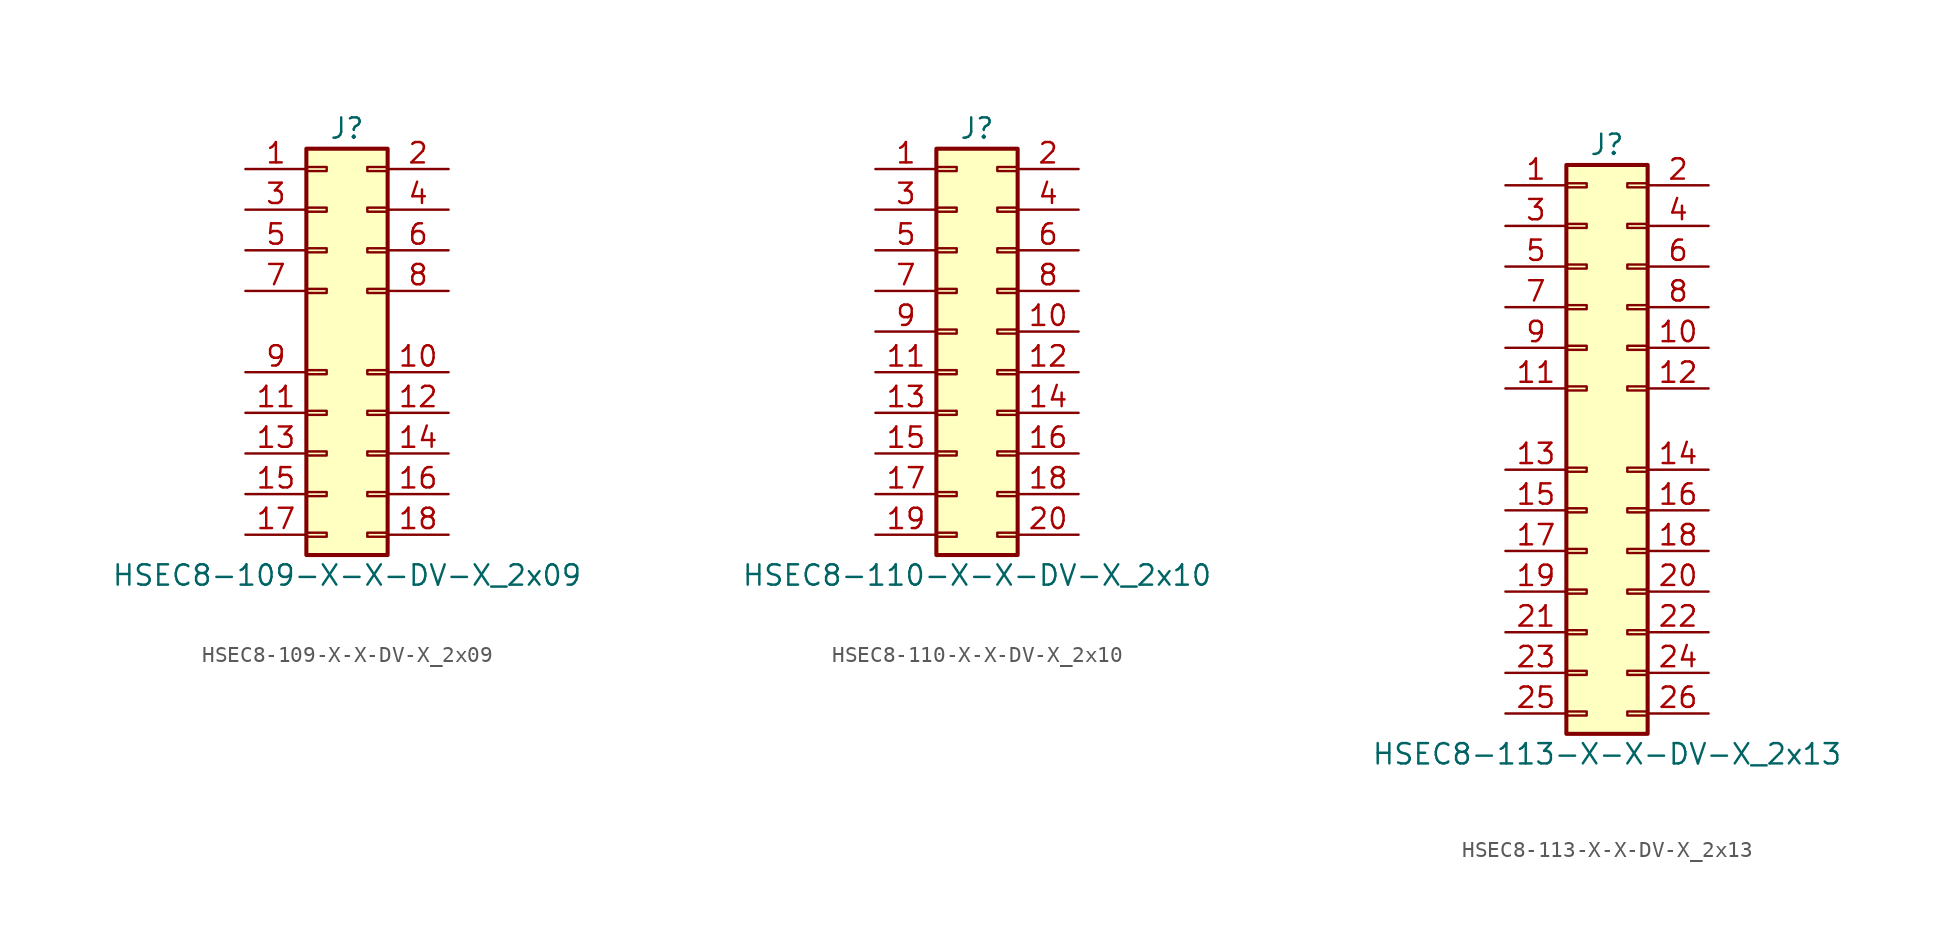
<source format=kicad_sym>
(kicad_symbol_lib
  (version 20231120)
  (generator "kicad_symbol_editor")
  (generator_version "8.0")
  (symbol "HSEC8-109-X-X-DV-X_2x09"
    (pin_names
      (offset 1.016) hide)
    (property "Reference" "J"
      (at 1.27 12.7 0)
      (effects (font (size 1.27 1.27))))
    (property "Value" "HSEC8-109-X-X-DV-X_2x09"
      (at 1.27 -15.24 0)
      (effects (font (size 1.27 1.27))))
    (property "ki_locked" ""
      (at 0 0 0)
      (effects (font (size 1.27 1.27))))
    (symbol "HSEC8-109-X-X-DV-X_2x09_1_1"
      (rectangle (start -1.27 -12.573) (end 0 -12.827) (stroke (width 0.152) (type default)) (fill (type none)))
      (rectangle (start -1.27 -10.033) (end 0 -10.287) (stroke (width 0.152) (type default)) (fill (type none)))
      (rectangle (start -1.27 -7.493) (end 0 -7.747) (stroke (width 0.152) (type default)) (fill (type none)))
      (rectangle (start -1.27 -4.953) (end 0 -5.207) (stroke (width 0.152) (type default)) (fill (type none)))
      (rectangle (start -1.27 -2.413) (end 0 -2.667) (stroke (width 0.152) (type default)) (fill (type none)))
      (rectangle (start -1.27 2.667) (end 0 2.413) (stroke (width 0.152) (type default)) (fill (type none)))
      (rectangle (start -1.27 5.207) (end 0 4.953) (stroke (width 0.152) (type default)) (fill (type none)))
      (rectangle (start -1.27 7.747) (end 0 7.493) (stroke (width 0.152) (type default)) (fill (type none)))
      (rectangle (start -1.27 10.287) (end 0 10.033) (stroke (width 0.152) (type default)) (fill (type none)))
      (rectangle (start -1.27 11.43) (end 3.81 -13.97) (stroke (width 0.254) (type default)) (fill (type background)))
      (rectangle (start 3.81 -12.573) (end 2.54 -12.827) (stroke (width 0.152) (type default)) (fill (type none)))
      (rectangle (start 3.81 -10.033) (end 2.54 -10.287) (stroke (width 0.152) (type default)) (fill (type none)))
      (rectangle (start 3.81 -7.493) (end 2.54 -7.747) (stroke (width 0.152) (type default)) (fill (type none)))
      (rectangle (start 3.81 -4.953) (end 2.54 -5.207) (stroke (width 0.152) (type default)) (fill (type none)))
      (rectangle (start 3.81 -2.413) (end 2.54 -2.667) (stroke (width 0.152) (type default)) (fill (type none)))
      (rectangle (start 3.81 2.667) (end 2.54 2.413) (stroke (width 0.152) (type default)) (fill (type none)))
      (rectangle (start 3.81 5.207) (end 2.54 4.953) (stroke (width 0.152) (type default)) (fill (type none)))
      (rectangle (start 3.81 7.747) (end 2.54 7.493) (stroke (width 0.152) (type default)) (fill (type none)))
      (rectangle (start 3.81 10.287) (end 2.54 10.033) (stroke (width 0.152) (type default)) (fill (type none)))
      (pin passive line (at -5.08 10.16 0) (length 3.81) (name "Pin_1" (effects (font (size 1.27 1.27)))) (number "1" (effects (font (size 1.27 1.27)))))
      (pin passive line (at 7.62 -2.54 180) (length 3.81) (name "Pin_10" (effects (font (size 1.27 1.27)))) (number "10" (effects (font (size 1.27 1.27)))))
      (pin passive line (at -5.08 -5.08 0) (length 3.81) (name "Pin_11" (effects (font (size 1.27 1.27)))) (number "11" (effects (font (size 1.27 1.27)))))
      (pin passive line (at 7.62 -5.08 180) (length 3.81) (name "Pin_12" (effects (font (size 1.27 1.27)))) (number "12" (effects (font (size 1.27 1.27)))))
      (pin passive line (at -5.08 -7.62 0) (length 3.81) (name "Pin_13" (effects (font (size 1.27 1.27)))) (number "13" (effects (font (size 1.27 1.27)))))
      (pin passive line (at 7.62 -7.62 180) (length 3.81) (name "Pin_14" (effects (font (size 1.27 1.27)))) (number "14" (effects (font (size 1.27 1.27)))))
      (pin passive line (at -5.08 -10.16 0) (length 3.81) (name "Pin_15" (effects (font (size 1.27 1.27)))) (number "15" (effects (font (size 1.27 1.27)))))
      (pin passive line (at 7.62 -10.16 180) (length 3.81) (name "Pin_16" (effects (font (size 1.27 1.27)))) (number "16" (effects (font (size 1.27 1.27)))))
      (pin passive line (at -5.08 -12.7 0) (length 3.81) (name "Pin_17" (effects (font (size 1.27 1.27)))) (number "17" (effects (font (size 1.27 1.27)))))
      (pin passive line (at 7.62 -12.7 180) (length 3.81) (name "Pin_18" (effects (font (size 1.27 1.27)))) (number "18" (effects (font (size 1.27 1.27)))))
      (pin passive line (at 7.62 10.16 180) (length 3.81) (name "Pin_2" (effects (font (size 1.27 1.27)))) (number "2" (effects (font (size 1.27 1.27)))))
      (pin passive line (at -5.08 7.62 0) (length 3.81) (name "Pin_3" (effects (font (size 1.27 1.27)))) (number "3" (effects (font (size 1.27 1.27)))))
      (pin passive line (at 7.62 7.62 180) (length 3.81) (name "Pin_4" (effects (font (size 1.27 1.27)))) (number "4" (effects (font (size 1.27 1.27)))))
      (pin passive line (at -5.08 5.08 0) (length 3.81) (name "Pin_5" (effects (font (size 1.27 1.27)))) (number "5" (effects (font (size 1.27 1.27)))))
      (pin passive line (at 7.62 5.08 180) (length 3.81) (name "Pin_6" (effects (font (size 1.27 1.27)))) (number "6" (effects (font (size 1.27 1.27)))))
      (pin passive line (at -5.08 2.54 0) (length 3.81) (name "Pin_7" (effects (font (size 1.27 1.27)))) (number "7" (effects (font (size 1.27 1.27)))))
      (pin passive line (at 7.62 2.54 180) (length 3.81) (name "Pin_8" (effects (font (size 1.27 1.27)))) (number "8" (effects (font (size 1.27 1.27)))))
      (pin passive line (at -5.08 -2.54 0) (length 3.81) (name "Pin_9" (effects (font (size 1.27 1.27)))) (number "9" (effects (font (size 1.27 1.27)))))))
  (symbol "HSEC8-110-X-X-DV-X_2x10"
    (pin_names
      (offset 1.016) hide)
    (property "Reference" "J"
      (at 1.27 12.7 0)
      (effects (font (size 1.27 1.27))))
    (property "Value" "HSEC8-110-X-X-DV-X_2x10"
      (at 1.27 -15.24 0)
      (effects (font (size 1.27 1.27))))
    (property "ki_locked" ""
      (at 0 0 0)
      (effects (font (size 1.27 1.27))))
    (symbol "HSEC8-110-X-X-DV-X_2x10_1_1"
      (rectangle (start -1.27 -12.573) (end 0 -12.827) (stroke (width 0.152) (type default)) (fill (type none)))
      (rectangle (start -1.27 -10.033) (end 0 -10.287) (stroke (width 0.152) (type default)) (fill (type none)))
      (rectangle (start -1.27 -7.493) (end 0 -7.747) (stroke (width 0.152) (type default)) (fill (type none)))
      (rectangle (start -1.27 -4.953) (end 0 -5.207) (stroke (width 0.152) (type default)) (fill (type none)))
      (rectangle (start -1.27 -2.413) (end 0 -2.667) (stroke (width 0.152) (type default)) (fill (type none)))
      (rectangle (start -1.27 0.127) (end 0 -0.127) (stroke (width 0.152) (type default)) (fill (type none)))
      (rectangle (start -1.27 2.667) (end 0 2.413) (stroke (width 0.152) (type default)) (fill (type none)))
      (rectangle (start -1.27 5.207) (end 0 4.953) (stroke (width 0.152) (type default)) (fill (type none)))
      (rectangle (start -1.27 7.747) (end 0 7.493) (stroke (width 0.152) (type default)) (fill (type none)))
      (rectangle (start -1.27 10.287) (end 0 10.033) (stroke (width 0.152) (type default)) (fill (type none)))
      (rectangle (start -1.27 11.43) (end 3.81 -13.97) (stroke (width 0.254) (type default)) (fill (type background)))
      (rectangle (start 3.81 -12.573) (end 2.54 -12.827) (stroke (width 0.152) (type default)) (fill (type none)))
      (rectangle (start 3.81 -10.033) (end 2.54 -10.287) (stroke (width 0.152) (type default)) (fill (type none)))
      (rectangle (start 3.81 -7.493) (end 2.54 -7.747) (stroke (width 0.152) (type default)) (fill (type none)))
      (rectangle (start 3.81 -4.953) (end 2.54 -5.207) (stroke (width 0.152) (type default)) (fill (type none)))
      (rectangle (start 3.81 -2.413) (end 2.54 -2.667) (stroke (width 0.152) (type default)) (fill (type none)))
      (rectangle (start 3.81 0.127) (end 2.54 -0.127) (stroke (width 0.152) (type default)) (fill (type none)))
      (rectangle (start 3.81 2.667) (end 2.54 2.413) (stroke (width 0.152) (type default)) (fill (type none)))
      (rectangle (start 3.81 5.207) (end 2.54 4.953) (stroke (width 0.152) (type default)) (fill (type none)))
      (rectangle (start 3.81 7.747) (end 2.54 7.493) (stroke (width 0.152) (type default)) (fill (type none)))
      (rectangle (start 3.81 10.287) (end 2.54 10.033) (stroke (width 0.152) (type default)) (fill (type none)))
      (pin passive line (at -5.08 10.16 0) (length 3.81) (name "Pin_1" (effects (font (size 1.27 1.27)))) (number "1" (effects (font (size 1.27 1.27)))))
      (pin passive line (at 7.62 0 180) (length 3.81) (name "Pin_10" (effects (font (size 1.27 1.27)))) (number "10" (effects (font (size 1.27 1.27)))))
      (pin passive line (at -5.08 -2.54 0) (length 3.81) (name "Pin_11" (effects (font (size 1.27 1.27)))) (number "11" (effects (font (size 1.27 1.27)))))
      (pin passive line (at 7.62 -2.54 180) (length 3.81) (name "Pin_12" (effects (font (size 1.27 1.27)))) (number "12" (effects (font (size 1.27 1.27)))))
      (pin passive line (at -5.08 -5.08 0) (length 3.81) (name "Pin_13" (effects (font (size 1.27 1.27)))) (number "13" (effects (font (size 1.27 1.27)))))
      (pin passive line (at 7.62 -5.08 180) (length 3.81) (name "Pin_14" (effects (font (size 1.27 1.27)))) (number "14" (effects (font (size 1.27 1.27)))))
      (pin passive line (at -5.08 -7.62 0) (length 3.81) (name "Pin_15" (effects (font (size 1.27 1.27)))) (number "15" (effects (font (size 1.27 1.27)))))
      (pin passive line (at 7.62 -7.62 180) (length 3.81) (name "Pin_16" (effects (font (size 1.27 1.27)))) (number "16" (effects (font (size 1.27 1.27)))))
      (pin passive line (at -5.08 -10.16 0) (length 3.81) (name "Pin_17" (effects (font (size 1.27 1.27)))) (number "17" (effects (font (size 1.27 1.27)))))
      (pin passive line (at 7.62 -10.16 180) (length 3.81) (name "Pin_18" (effects (font (size 1.27 1.27)))) (number "18" (effects (font (size 1.27 1.27)))))
      (pin passive line (at -5.08 -12.7 0) (length 3.81) (name "Pin_19" (effects (font (size 1.27 1.27)))) (number "19" (effects (font (size 1.27 1.27)))))
      (pin passive line (at 7.62 10.16 180) (length 3.81) (name "Pin_2" (effects (font (size 1.27 1.27)))) (number "2" (effects (font (size 1.27 1.27)))))
      (pin passive line (at 7.62 -12.7 180) (length 3.81) (name "Pin_20" (effects (font (size 1.27 1.27)))) (number "20" (effects (font (size 1.27 1.27)))))
      (pin passive line (at -5.08 7.62 0) (length 3.81) (name "Pin_3" (effects (font (size 1.27 1.27)))) (number "3" (effects (font (size 1.27 1.27)))))
      (pin passive line (at 7.62 7.62 180) (length 3.81) (name "Pin_4" (effects (font (size 1.27 1.27)))) (number "4" (effects (font (size 1.27 1.27)))))
      (pin passive line (at -5.08 5.08 0) (length 3.81) (name "Pin_5" (effects (font (size 1.27 1.27)))) (number "5" (effects (font (size 1.27 1.27)))))
      (pin passive line (at 7.62 5.08 180) (length 3.81) (name "Pin_6" (effects (font (size 1.27 1.27)))) (number "6" (effects (font (size 1.27 1.27)))))
      (pin passive line (at -5.08 2.54 0) (length 3.81) (name "Pin_7" (effects (font (size 1.27 1.27)))) (number "7" (effects (font (size 1.27 1.27)))))
      (pin passive line (at 7.62 2.54 180) (length 3.81) (name "Pin_8" (effects (font (size 1.27 1.27)))) (number "8" (effects (font (size 1.27 1.27)))))
      (pin passive line (at -5.08 0 0) (length 3.81) (name "Pin_9" (effects (font (size 1.27 1.27)))) (number "9" (effects (font (size 1.27 1.27)))))))
  (symbol "HSEC8-113-X-X-DV-X_2x13"
    (pin_names
      (offset 1.016) hide)
    (property "Reference" "J"
      (at 1.27 17.78 0)
      (effects (font (size 1.27 1.27))))
    (property "Value" "HSEC8-113-X-X-DV-X_2x13"
      (at 1.27 -20.32 0)
      (effects (font (size 1.27 1.27))))
    (property "ki_locked" ""
      (at 0 0 0)
      (effects (font (size 1.27 1.27))))
    (symbol "HSEC8-113-X-X-DV-X_2x13_1_1"
      (rectangle (start -1.27 -17.653) (end 0 -17.907) (stroke (width 0.152) (type default)) (fill (type none)))
      (rectangle (start -1.27 -15.113) (end 0 -15.367) (stroke (width 0.152) (type default)) (fill (type none)))
      (rectangle (start -1.27 -12.573) (end 0 -12.827) (stroke (width 0.152) (type default)) (fill (type none)))
      (rectangle (start -1.27 -10.033) (end 0 -10.287) (stroke (width 0.152) (type default)) (fill (type none)))
      (rectangle (start -1.27 -7.493) (end 0 -7.747) (stroke (width 0.152) (type default)) (fill (type none)))
      (rectangle (start -1.27 -4.953) (end 0 -5.207) (stroke (width 0.152) (type default)) (fill (type none)))
      (rectangle (start -1.27 -2.413) (end 0 -2.667) (stroke (width 0.152) (type default)) (fill (type none)))
      (rectangle (start -1.27 2.667) (end 0 2.413) (stroke (width 0.152) (type default)) (fill (type none)))
      (rectangle (start -1.27 5.207) (end 0 4.953) (stroke (width 0.152) (type default)) (fill (type none)))
      (rectangle (start -1.27 7.747) (end 0 7.493) (stroke (width 0.152) (type default)) (fill (type none)))
      (rectangle (start -1.27 10.287) (end 0 10.033) (stroke (width 0.152) (type default)) (fill (type none)))
      (rectangle (start -1.27 12.827) (end 0 12.573) (stroke (width 0.152) (type default)) (fill (type none)))
      (rectangle (start -1.27 15.367) (end 0 15.113) (stroke (width 0.152) (type default)) (fill (type none)))
      (rectangle (start -1.27 16.51) (end 3.81 -19.05) (stroke (width 0.254) (type default)) (fill (type background)))
      (rectangle (start 3.81 -17.653) (end 2.54 -17.907) (stroke (width 0.152) (type default)) (fill (type none)))
      (rectangle (start 3.81 -15.113) (end 2.54 -15.367) (stroke (width 0.152) (type default)) (fill (type none)))
      (rectangle (start 3.81 -12.573) (end 2.54 -12.827) (stroke (width 0.152) (type default)) (fill (type none)))
      (rectangle (start 3.81 -10.033) (end 2.54 -10.287) (stroke (width 0.152) (type default)) (fill (type none)))
      (rectangle (start 3.81 -7.493) (end 2.54 -7.747) (stroke (width 0.152) (type default)) (fill (type none)))
      (rectangle (start 3.81 -4.953) (end 2.54 -5.207) (stroke (width 0.152) (type default)) (fill (type none)))
      (rectangle (start 3.81 -2.413) (end 2.54 -2.667) (stroke (width 0.152) (type default)) (fill (type none)))
      (rectangle (start 3.81 2.667) (end 2.54 2.413) (stroke (width 0.152) (type default)) (fill (type none)))
      (rectangle (start 3.81 5.207) (end 2.54 4.953) (stroke (width 0.152) (type default)) (fill (type none)))
      (rectangle (start 3.81 7.747) (end 2.54 7.493) (stroke (width 0.152) (type default)) (fill (type none)))
      (rectangle (start 3.81 10.287) (end 2.54 10.033) (stroke (width 0.152) (type default)) (fill (type none)))
      (rectangle (start 3.81 12.827) (end 2.54 12.573) (stroke (width 0.152) (type default)) (fill (type none)))
      (rectangle (start 3.81 15.367) (end 2.54 15.113) (stroke (width 0.152) (type default)) (fill (type none)))
      (pin passive line (at -5.08 15.24 0) (length 3.81) (name "Pin_1" (effects (font (size 1.27 1.27)))) (number "1" (effects (font (size 1.27 1.27)))))
      (pin passive line (at 7.62 5.08 180) (length 3.81) (name "Pin_10" (effects (font (size 1.27 1.27)))) (number "10" (effects (font (size 1.27 1.27)))))
      (pin passive line (at -5.08 2.54 0) (length 3.81) (name "Pin_11" (effects (font (size 1.27 1.27)))) (number "11" (effects (font (size 1.27 1.27)))))
      (pin passive line (at 7.62 2.54 180) (length 3.81) (name "Pin_12" (effects (font (size 1.27 1.27)))) (number "12" (effects (font (size 1.27 1.27)))))
      (pin passive line (at -5.08 -2.54 0) (length 3.81) (name "Pin_13" (effects (font (size 1.27 1.27)))) (number "13" (effects (font (size 1.27 1.27)))))
      (pin passive line (at 7.62 -2.54 180) (length 3.81) (name "Pin_14" (effects (font (size 1.27 1.27)))) (number "14" (effects (font (size 1.27 1.27)))))
      (pin passive line (at -5.08 -5.08 0) (length 3.81) (name "Pin_15" (effects (font (size 1.27 1.27)))) (number "15" (effects (font (size 1.27 1.27)))))
      (pin passive line (at 7.62 -5.08 180) (length 3.81) (name "Pin_16" (effects (font (size 1.27 1.27)))) (number "16" (effects (font (size 1.27 1.27)))))
      (pin passive line (at -5.08 -7.62 0) (length 3.81) (name "Pin_17" (effects (font (size 1.27 1.27)))) (number "17" (effects (font (size 1.27 1.27)))))
      (pin passive line (at 7.62 -7.62 180) (length 3.81) (name "Pin_18" (effects (font (size 1.27 1.27)))) (number "18" (effects (font (size 1.27 1.27)))))
      (pin passive line (at -5.08 -10.16 0) (length 3.81) (name "Pin_19" (effects (font (size 1.27 1.27)))) (number "19" (effects (font (size 1.27 1.27)))))
      (pin passive line (at 7.62 15.24 180) (length 3.81) (name "Pin_2" (effects (font (size 1.27 1.27)))) (number "2" (effects (font (size 1.27 1.27)))))
      (pin passive line (at 7.62 -10.16 180) (length 3.81) (name "Pin_20" (effects (font (size 1.27 1.27)))) (number "20" (effects (font (size 1.27 1.27)))))
      (pin passive line (at -5.08 -12.7 0) (length 3.81) (name "Pin_21" (effects (font (size 1.27 1.27)))) (number "21" (effects (font (size 1.27 1.27)))))
      (pin passive line (at 7.62 -12.7 180) (length 3.81) (name "Pin_22" (effects (font (size 1.27 1.27)))) (number "22" (effects (font (size 1.27 1.27)))))
      (pin passive line (at -5.08 -15.24 0) (length 3.81) (name "Pin_23" (effects (font (size 1.27 1.27)))) (number "23" (effects (font (size 1.27 1.27)))))
      (pin passive line (at 7.62 -15.24 180) (length 3.81) (name "Pin_24" (effects (font (size 1.27 1.27)))) (number "24" (effects (font (size 1.27 1.27)))))
      (pin passive line (at -5.08 -17.78 0) (length 3.81) (name "Pin_25" (effects (font (size 1.27 1.27)))) (number "25" (effects (font (size 1.27 1.27)))))
      (pin passive line (at 7.62 -17.78 180) (length 3.81) (name "Pin_26" (effects (font (size 1.27 1.27)))) (number "26" (effects (font (size 1.27 1.27)))))
      (pin passive line (at -5.08 12.7 0) (length 3.81) (name "Pin_3" (effects (font (size 1.27 1.27)))) (number "3" (effects (font (size 1.27 1.27)))))
      (pin passive line (at 7.62 12.7 180) (length 3.81) (name "Pin_4" (effects (font (size 1.27 1.27)))) (number "4" (effects (font (size 1.27 1.27)))))
      (pin passive line (at -5.08 10.16 0) (length 3.81) (name "Pin_5" (effects (font (size 1.27 1.27)))) (number "5" (effects (font (size 1.27 1.27)))))
      (pin passive line (at 7.62 10.16 180) (length 3.81) (name "Pin_6" (effects (font (size 1.27 1.27)))) (number "6" (effects (font (size 1.27 1.27)))))
      (pin passive line (at -5.08 7.62 0) (length 3.81) (name "Pin_7" (effects (font (size 1.27 1.27)))) (number "7" (effects (font (size 1.27 1.27)))))
      (pin passive line (at 7.62 7.62 180) (length 3.81) (name "Pin_8" (effects (font (size 1.27 1.27)))) (number "8" (effects (font (size 1.27 1.27)))))
      (pin passive line (at -5.08 5.08 0) (length 3.81) (name "Pin_9" (effects (font (size 1.27 1.27)))) (number "9" (effects (font (size 1.27 1.27))))))))
</source>
